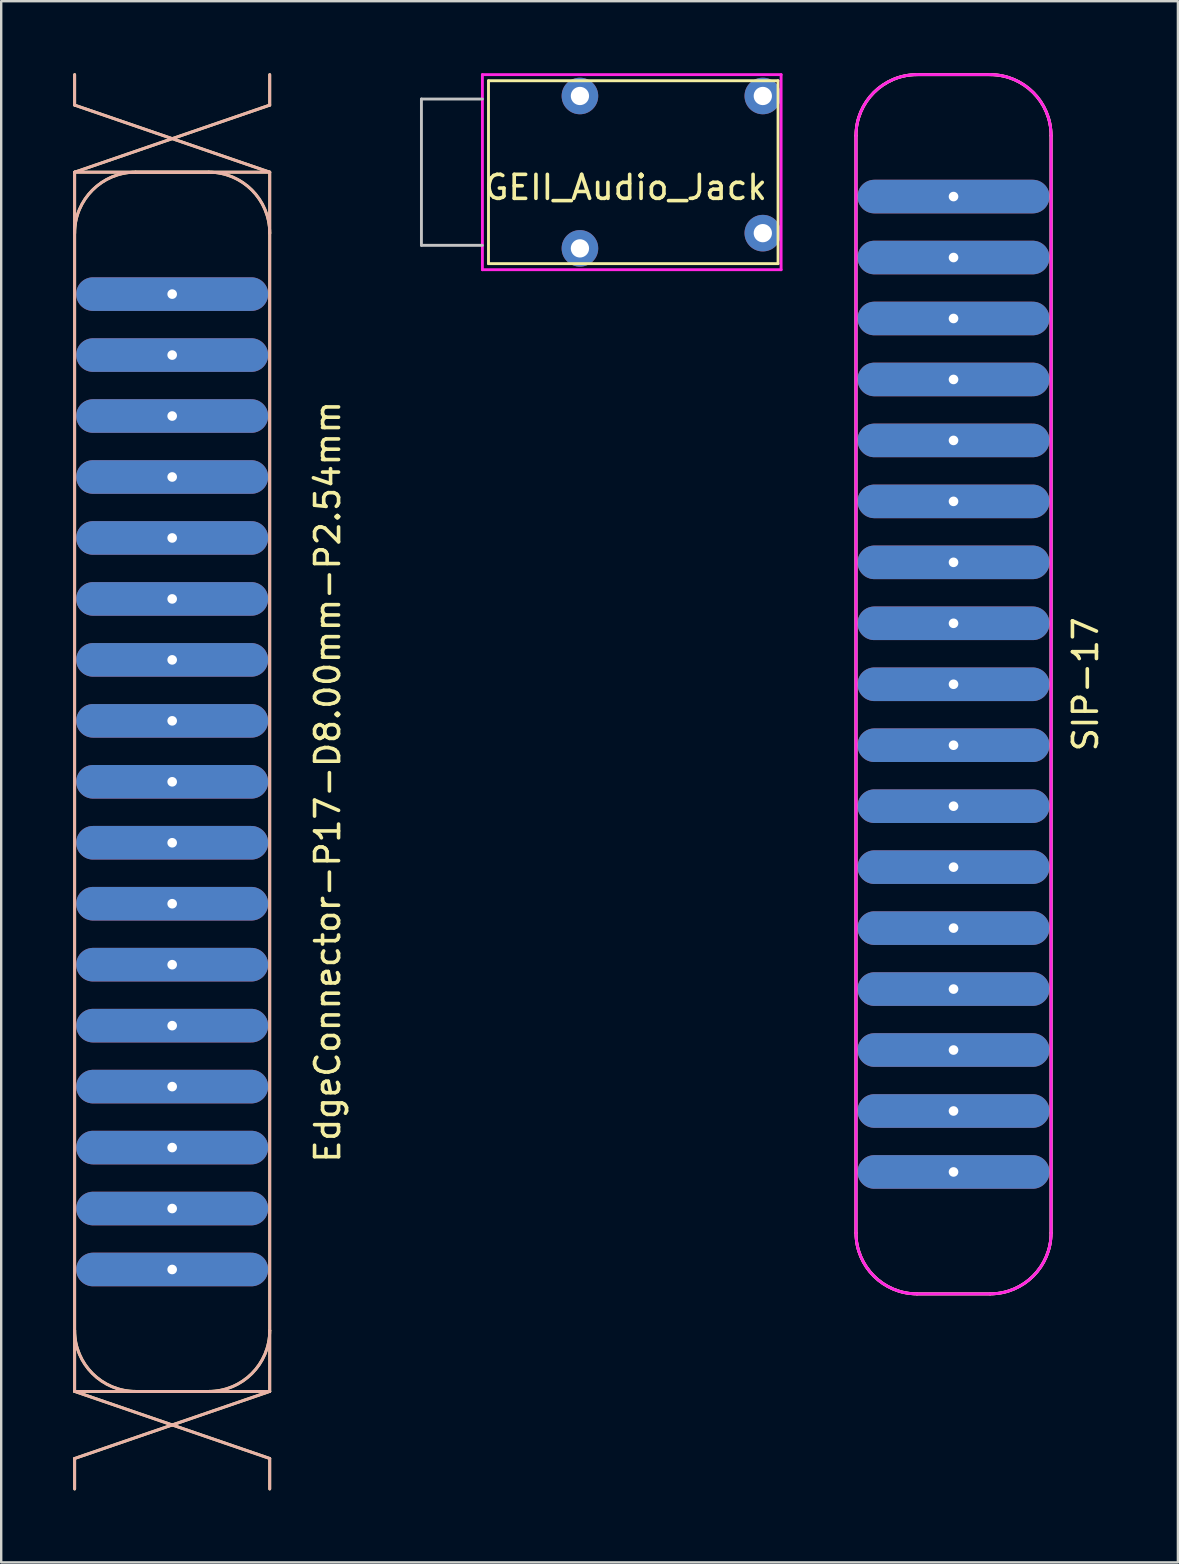
<source format=kicad_pcb>
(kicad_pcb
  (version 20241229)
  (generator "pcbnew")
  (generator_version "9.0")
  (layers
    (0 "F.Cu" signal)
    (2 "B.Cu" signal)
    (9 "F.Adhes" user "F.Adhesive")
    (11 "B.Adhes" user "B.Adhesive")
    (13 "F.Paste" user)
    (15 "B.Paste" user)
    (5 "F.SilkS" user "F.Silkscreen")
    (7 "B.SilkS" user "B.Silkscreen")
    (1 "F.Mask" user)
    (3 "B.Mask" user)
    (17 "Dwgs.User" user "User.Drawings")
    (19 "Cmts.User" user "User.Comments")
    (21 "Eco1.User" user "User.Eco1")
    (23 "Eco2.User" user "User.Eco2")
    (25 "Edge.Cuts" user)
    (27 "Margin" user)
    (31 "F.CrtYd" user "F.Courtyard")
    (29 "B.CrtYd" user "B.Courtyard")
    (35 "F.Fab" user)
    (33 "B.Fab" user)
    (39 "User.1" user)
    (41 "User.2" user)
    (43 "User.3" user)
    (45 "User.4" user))
  (footprint "SIP-17"
    (layer "F.Cu")
    (at 35.663 25.46)
    (property "Reference" "SIP-17" (at 6.516 0 90) (layer "F.SilkS") (effects (font (size 1 1) (thickness 0.15))))
    (attr through_hole)
    (fp_line (start -3.048 22.86) (end -3.048 -22.86) (stroke (width 0.12) (type solid)) (layer "F.SilkS"))
    (fp_line (start -0.508 -25.4) (end 2.54 -25.4) (stroke (width 0.12) (type solid)) (layer "F.SilkS"))
    (fp_line (start 2.54 25.4) (end -0.508 25.4) (stroke (width 0.12) (type solid)) (layer "F.SilkS"))
    (fp_line (start 5.08 -22.86) (end 5.08 22.86) (stroke (width 0.12) (type solid)) (layer "F.SilkS"))
    (fp_arc (start -3.048 -22.86) (mid -2.304051 -24.656051) (end -0.508 -25.4) (stroke (width 0.12) (type solid)) (layer "F.SilkS"))
    (fp_arc (start -0.508 25.4) (mid -2.304051 24.656051) (end -3.048 22.86) (stroke (width 0.12) (type solid)) (layer "F.SilkS"))
    (fp_arc (start 2.54 -25.4) (mid 4.336051 -24.656051) (end 5.08 -22.86) (stroke (width 0.12) (type solid)) (layer "F.SilkS"))
    (fp_arc (start 5.08 22.86) (mid 4.336051 24.656051) (end 2.54 25.4) (stroke (width 0.12) (type solid)) (layer "F.SilkS"))
    (fp_line (start -3.048 -22.86) (end -3.048 22.86) (stroke (width 0.12) (type solid)) (layer "B.SilkS"))
    (fp_line (start -0.508 25.4) (end 2.54 25.4) (stroke (width 0.12) (type solid)) (layer "B.SilkS"))
    (fp_line (start 2.54 -25.4) (end -0.508 -25.4) (stroke (width 0.12) (type solid)) (layer "B.SilkS"))
    (fp_line (start 5.08 22.86) (end 5.08 -22.86) (stroke (width 0.12) (type solid)) (layer "B.SilkS"))
    (fp_arc (start -3.048 -22.86) (mid -2.304051 -24.656051) (end -0.508 -25.4) (stroke (width 0.12) (type solid)) (layer "B.SilkS"))
    (fp_arc (start -0.508 25.4) (mid -2.304051 24.656051) (end -3.048 22.86) (stroke (width 0.12) (type solid)) (layer "B.SilkS"))
    (fp_arc (start 2.54 -25.4) (mid 4.336051 -24.656051) (end 5.08 -22.86) (stroke (width 0.12) (type solid)) (layer "B.SilkS"))
    (fp_arc (start 5.08 22.86) (mid 4.336051 24.656051) (end 2.54 25.4) (stroke (width 0.12) (type solid)) (layer "B.SilkS"))
    (fp_line (start -3.048 -22.86) (end -3.048 22.86) (stroke (width 0.12) (type solid)) (layer "F.CrtYd"))
    (fp_line (start -0.508 -25.4) (end 2.54 -25.4) (stroke (width 0.12) (type solid)) (layer "F.CrtYd"))
    (fp_line (start -0.508 25.4) (end 2.54 25.4) (stroke (width 0.12) (type solid)) (layer "F.CrtYd"))
    (fp_line (start 5.08 -22.86) (end 5.08 22.86) (stroke (width 0.12) (type solid)) (layer "F.CrtYd"))
    (fp_arc (start -3.048 -22.86) (mid -2.304051 -24.656051) (end -0.508 -25.4) (stroke (width 0.12) (type solid)) (layer "F.CrtYd"))
    (fp_arc (start -0.508 25.4) (mid -2.304051 24.656051) (end -3.048 22.86) (stroke (width 0.12) (type solid)) (layer "F.CrtYd"))
    (fp_arc (start 2.54 -25.4) (mid 4.336051 -24.656051) (end 5.08 -22.86) (stroke (width 0.12) (type solid)) (layer "F.CrtYd"))
    (fp_arc (start 5.08 22.86) (mid 4.336051 24.656051) (end 2.54 25.4) (stroke (width 0.12) (type solid)) (layer "F.CrtYd"))
    (pad "1" thru_hole oval (at 1.016 20.32 90) (size 1.4 8) (drill 0.4) (layers "*.Cu" "*.Mask"))
    (pad "2" thru_hole oval (at 1.016 17.78 90) (size 1.4 8) (drill 0.4) (layers "*.Cu" "*.Mask"))
    (pad "3" thru_hole oval (at 1.016 15.24 90) (size 1.4 8) (drill 0.4) (layers "*.Cu" "*.Mask"))
    (pad "4" thru_hole oval (at 1.016 12.7 90) (size 1.4 8) (drill 0.4) (layers "*.Cu" "*.Mask"))
    (pad "5" thru_hole oval (at 1.016 10.16 90) (size 1.4 8) (drill 0.4) (layers "*.Cu" "*.Mask"))
    (pad "6" thru_hole oval (at 1.016 7.62 90) (size 1.4 8) (drill 0.4) (layers "*.Cu" "*.Mask"))
    (pad "7" thru_hole oval (at 1.016 5.08 90) (size 1.4 8) (drill 0.4) (layers "*.Cu" "*.Mask"))
    (pad "8" thru_hole oval (at 1.016 2.54 90) (size 1.4 8) (drill 0.4) (layers "*.Cu" "*.Mask"))
    (pad "9" thru_hole oval (at 1.016 0 90) (size 1.4 8) (drill 0.4) (layers "*.Cu" "*.Mask"))
    (pad "10" thru_hole oval (at 1.016 -2.54 90) (size 1.4 8) (drill 0.4) (layers "*.Cu" "*.Mask"))
    (pad "11" thru_hole oval (at 1.016 -5.08 90) (size 1.4 8) (drill 0.4) (layers "*.Cu" "*.Mask"))
    (pad "12" thru_hole oval (at 1.016 -7.62 90) (size 1.4 8) (drill 0.4) (layers "*.Cu" "*.Mask"))
    (pad "13" thru_hole oval (at 1.016 -10.16 90) (size 1.4 8) (drill 0.4) (layers "*.Cu" "*.Mask"))
    (pad "14" thru_hole oval (at 1.016 -12.7 90) (size 1.4 8) (drill 0.4) (layers "*.Cu" "*.Mask"))
    (pad "15" thru_hole oval (at 1.016 -15.24 90) (size 1.4 8) (drill 0.4) (layers "*.Cu" "*.Mask"))
    (pad "16" thru_hole oval (at 1.016 -17.78 90) (size 1.4 8) (drill 0.4) (layers "*.Cu" "*.Mask"))
    (pad "17" thru_hole oval (at 1.016 -20.32 90) (size 1.4 8) (drill 0.4) (layers "*.Cu" "*.Mask")))
  (footprint "GEII_Audio_Jack"
    (layer "F.Cu")
    (at 21.113 4.124)
    (property "Reference" "GEII_Audio_Jack" (at 1.905 0.635 0) (layer "F.SilkS") (effects (font (size 1 1) (thickness 0.15))))
    (attr through_hole)
    (fp_line (start -3.81 -3.81) (end 8.255 -3.81) (stroke (width 0.12) (type solid)) (layer "F.SilkS"))
    (fp_line (start -3.81 3.81) (end -3.81 -3.81) (stroke (width 0.12) (type solid)) (layer "F.SilkS"))
    (fp_line (start 8.255 -3.81) (end 8.255 3.81) (stroke (width 0.12) (type solid)) (layer "F.SilkS"))
    (fp_line (start 8.255 3.81) (end -3.81 3.81) (stroke (width 0.12) (type solid)) (layer "F.SilkS"))
    (fp_line (start -6.604 -3.048) (end -4.064 -3.048) (stroke (width 0.12) (type solid)) (layer "Dwgs.User"))
    (fp_line (start -6.604 3.048) (end -6.604 -3.048) (stroke (width 0.12) (type solid)) (layer "Dwgs.User"))
    (fp_line (start -4.064 3.048) (end -6.604 3.048) (stroke (width 0.12) (type solid)) (layer "Dwgs.User"))
    (fp_line (start -4.064 -4.064) (end -4.064 4.064) (stroke (width 0.12) (type solid)) (layer "F.CrtYd"))
    (fp_line (start -4.064 4.064) (end 8.382 4.064) (stroke (width 0.12) (type solid)) (layer "F.CrtYd"))
    (fp_line (start 8.382 -4.064) (end -4.064 -4.064) (stroke (width 0.12) (type solid)) (layer "F.CrtYd"))
    (fp_line (start 8.382 4.064) (end 8.382 -4.064) (stroke (width 0.12) (type solid)) (layer "F.CrtYd"))
    (pad "G" thru_hole circle (at 7.62 2.54) (size 1.524 1.524) (drill 0.762) (layers "*.Cu" "*.Mask"))
    (pad "S" thru_hole circle (at 7.62 -3.175) (size 1.524 1.524) (drill 0.762) (layers "*.Cu" "*.Mask"))
    (pad "T" thru_hole circle (at 0 -3.175) (size 1.524 1.524) (drill 0.762) (layers "*.Cu" "*.Mask"))
    (pad "T" thru_hole circle (at 0 3.175) (size 1.524 1.524) (drill 0.762) (layers "*.Cu" "*.Mask")))
  (footprint "EdgeConnector-P17-D8.00mm-P2.54mm"
    (layer "F.Cu")
    (at 4.124 29.524)
    (property "Reference" "EdgeConnector-P17-D8.00mm-P2.54mm" (at 6.477 0 270) (layer "F.SilkS") (effects (font (size 1 1) (thickness 0.15))))
    (attr through_hole)
    (fp_line (start -4.064 -29.464) (end -4.064 -28.194) (stroke (width 0.12) (type solid)) (layer "F.SilkS"))
    (fp_line (start -4.064 -28.194) (end 4.064 -25.4) (stroke (width 0.12) (type solid)) (layer "F.SilkS"))
    (fp_line (start -4.064 -25.4) (end 4.064 -28.194) (stroke (width 0.12) (type solid)) (layer "F.SilkS"))
    (fp_line (start -4.064 -22.86) (end -4.064 -25.4) (stroke (width 0.12) (type solid)) (layer "F.SilkS"))
    (fp_line (start -4.064 22.86) (end -4.064 -22.86) (stroke (width 0.12) (type solid)) (layer "F.SilkS"))
    (fp_line (start -4.064 22.86) (end -4.064 25.4) (stroke (width 0.12) (type solid)) (layer "F.SilkS"))
    (fp_line (start -4.064 25.4) (end 4.064 28.194) (stroke (width 0.12) (type solid)) (layer "F.SilkS"))
    (fp_line (start -4.064 28.194) (end 4.064 25.4) (stroke (width 0.12) (type solid)) (layer "F.SilkS"))
    (fp_line (start -4.064 29.464) (end -4.064 28.194) (stroke (width 0.12) (type solid)) (layer "F.SilkS"))
    (fp_line (start -1.524 -25.4) (end 1.524 -25.4) (stroke (width 0.12) (type solid)) (layer "F.SilkS"))
    (fp_line (start 1.524 25.4) (end -1.524 25.4) (stroke (width 0.12) (type solid)) (layer "F.SilkS"))
    (fp_line (start 4.064 -28.194) (end 4.064 -29.464) (stroke (width 0.12) (type solid)) (layer "F.SilkS"))
    (fp_line (start 4.064 -25.4) (end -4.064 -25.4) (stroke (width 0.12) (type solid)) (layer "F.SilkS"))
    (fp_line (start 4.064 -25.4) (end 4.064 -22.86) (stroke (width 0.12) (type solid)) (layer "F.SilkS"))
    (fp_line (start 4.064 -22.86) (end 4.064 22.86) (stroke (width 0.12) (type solid)) (layer "F.SilkS"))
    (fp_line (start 4.064 25.4) (end -4.064 25.4) (stroke (width 0.12) (type solid)) (layer "F.SilkS"))
    (fp_line (start 4.064 25.4) (end 4.064 22.86) (stroke (width 0.12) (type solid)) (layer "F.SilkS"))
    (fp_line (start 4.064 28.194) (end 4.064 29.464) (stroke (width 0.12) (type solid)) (layer "F.SilkS"))
    (fp_arc (start -4.064 -22.86) (mid -3.320051 -24.656051) (end -1.524 -25.4) (stroke (width 0.12) (type solid)) (layer "F.SilkS"))
    (fp_arc (start -1.524 25.4) (mid -3.320051 24.656051) (end -4.064 22.86) (stroke (width 0.12) (type solid)) (layer "F.SilkS"))
    (fp_arc (start 1.524 -25.4) (mid 3.320051 -24.656051) (end 4.064 -22.86) (stroke (width 0.12) (type solid)) (layer "F.SilkS"))
    (fp_arc (start 4.064 22.86) (mid 3.320051 24.656051) (end 1.524 25.4) (stroke (width 0.12) (type solid)) (layer "F.SilkS"))
    (fp_line (start -4.064 -28.194) (end -4.064 -29.464) (stroke (width 0.12) (type solid)) (layer "B.SilkS"))
    (fp_line (start -4.064 -25.4) (end 4.064 -28.194) (stroke (width 0.12) (type solid)) (layer "B.SilkS"))
    (fp_line (start -4.064 -25.4) (end 4.064 -25.4) (stroke (width 0.12) (type solid)) (layer "B.SilkS"))
    (fp_line (start -4.064 -22.86) (end -4.064 -25.4) (stroke (width 0.12) (type solid)) (layer "B.SilkS"))
    (fp_line (start -4.064 -22.86) (end -4.064 22.86) (stroke (width 0.12) (type solid)) (layer "B.SilkS"))
    (fp_line (start -4.064 22.86) (end -4.064 25.4) (stroke (width 0.12) (type solid)) (layer "B.SilkS"))
    (fp_line (start -4.064 25.4) (end 4.064 28.194) (stroke (width 0.12) (type solid)) (layer "B.SilkS"))
    (fp_line (start -4.064 28.194) (end 4.064 25.4) (stroke (width 0.12) (type solid)) (layer "B.SilkS"))
    (fp_line (start -4.064 29.464) (end -4.064 28.194) (stroke (width 0.12) (type solid)) (layer "B.SilkS"))
    (fp_line (start -1.524 25.4) (end 1.524 25.4) (stroke (width 0.12) (type solid)) (layer "B.SilkS"))
    (fp_line (start 1.524 -25.4) (end -1.524 -25.4) (stroke (width 0.12) (type solid)) (layer "B.SilkS"))
    (fp_line (start 4.064 -28.194) (end 4.064 -29.464) (stroke (width 0.12) (type solid)) (layer "B.SilkS"))
    (fp_line (start 4.064 -25.4) (end -4.064 -28.194) (stroke (width 0.12) (type solid)) (layer "B.SilkS"))
    (fp_line (start 4.064 -25.4) (end 4.064 -22.86) (stroke (width 0.12) (type solid)) (layer "B.SilkS"))
    (fp_line (start 4.064 22.86) (end 4.064 -22.86) (stroke (width 0.12) (type solid)) (layer "B.SilkS"))
    (fp_line (start 4.064 25.4) (end -4.064 25.4) (stroke (width 0.12) (type solid)) (layer "B.SilkS"))
    (fp_line (start 4.064 25.4) (end 4.064 22.86) (stroke (width 0.12) (type solid)) (layer "B.SilkS"))
    (fp_line (start 4.064 28.194) (end 4.064 29.464) (stroke (width 0.12) (type solid)) (layer "B.SilkS"))
    (fp_arc (start -4.064 -22.86) (mid -3.320051 -24.656051) (end -1.524 -25.4) (stroke (width 0.12) (type solid)) (layer "B.SilkS"))
    (fp_arc (start -1.524 25.4) (mid -3.320051 24.656051) (end -4.064 22.86) (stroke (width 0.12) (type solid)) (layer "B.SilkS"))
    (fp_arc (start 1.524 -25.4) (mid 3.320051 -24.656051) (end 4.064 -22.86) (stroke (width 0.12) (type solid)) (layer "B.SilkS"))
    (fp_arc (start 4.064 22.86) (mid 3.320051 24.656051) (end 1.524 25.4) (stroke (width 0.12) (type solid)) (layer "B.SilkS"))
    (pad "1" thru_hole oval (at 0 -20.32 270) (size 1.4 8) (drill 0.4) (layers "*.Cu" "*.Mask"))
    (pad "2" thru_hole oval (at 0 -17.78 270) (size 1.4 8) (drill 0.4) (layers "*.Cu" "*.Mask"))
    (pad "3" thru_hole oval (at 0 -15.24 270) (size 1.4 8) (drill 0.4) (layers "*.Cu" "*.Mask"))
    (pad "4" thru_hole oval (at 0 -12.7 270) (size 1.4 8) (drill 0.4) (layers "*.Cu" "*.Mask"))
    (pad "5" thru_hole oval (at 0 -10.16 270) (size 1.4 8) (drill 0.4) (layers "*.Cu" "*.Mask"))
    (pad "6" thru_hole oval (at 0 -7.62 270) (size 1.4 8) (drill 0.4) (layers "*.Cu" "*.Mask"))
    (pad "7" thru_hole oval (at 0 -5.08 270) (size 1.4 8) (drill 0.4) (layers "*.Cu" "*.Mask"))
    (pad "8" thru_hole oval (at 0 -2.54 270) (size 1.4 8) (drill 0.4) (layers "*.Cu" "*.Mask"))
    (pad "9" thru_hole oval (at 0 0 270) (size 1.4 8) (drill 0.4) (layers "*.Cu" "*.Mask"))
    (pad "10" thru_hole oval (at 0 2.54 270) (size 1.4 8) (drill 0.4) (layers "*.Cu" "*.Mask"))
    (pad "11" thru_hole oval (at 0 5.08 270) (size 1.4 8) (drill 0.4) (layers "*.Cu" "*.Mask"))
    (pad "12" thru_hole oval (at 0 7.62 270) (size 1.4 8) (drill 0.4) (layers "*.Cu" "*.Mask"))
    (pad "13" thru_hole oval (at 0 10.16 270) (size 1.4 8) (drill 0.4) (layers "*.Cu" "*.Mask"))
    (pad "14" thru_hole oval (at 0 12.7 270) (size 1.4 8) (drill 0.4) (layers "*.Cu" "*.Mask"))
    (pad "15" thru_hole oval (at 0 15.24 270) (size 1.4 8) (drill 0.4) (layers "*.Cu" "*.Mask"))
    (pad "16" thru_hole oval (at 0 17.78 270) (size 1.4 8) (drill 0.4) (layers "*.Cu" "*.Mask"))
    (pad "17" thru_hole oval (at 0 20.32 270) (size 1.4 8) (drill 0.4) (layers "*.Cu" "*.Mask")))
  (gr_rect
    (start -3 -3)
    (end 46.028 62.048)
    (stroke (width 0.1) (type default))
    (fill no)
    (layer "Edge.Cuts")))
</source>
